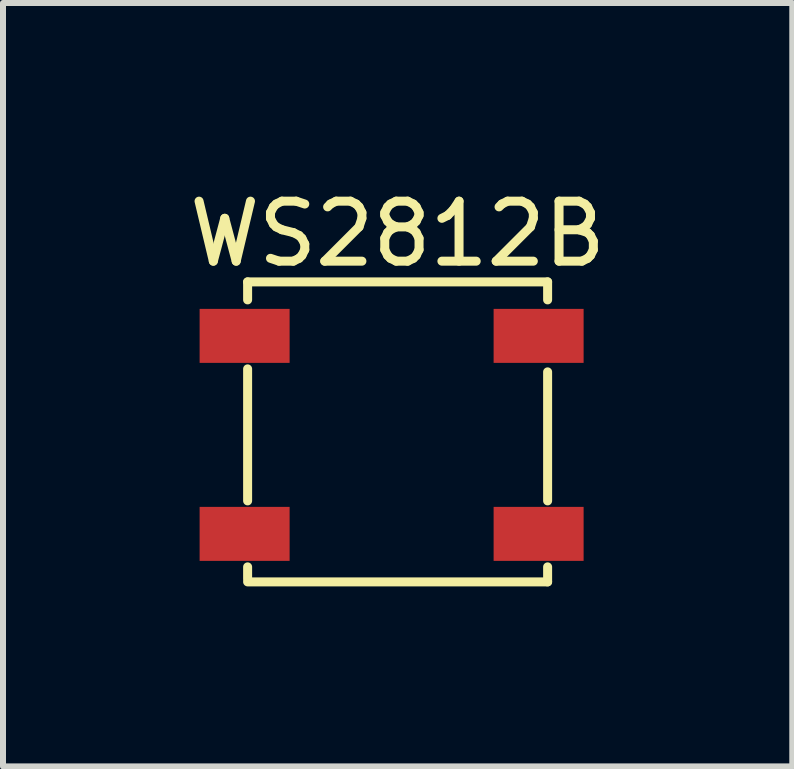
<source format=kicad_pcb>
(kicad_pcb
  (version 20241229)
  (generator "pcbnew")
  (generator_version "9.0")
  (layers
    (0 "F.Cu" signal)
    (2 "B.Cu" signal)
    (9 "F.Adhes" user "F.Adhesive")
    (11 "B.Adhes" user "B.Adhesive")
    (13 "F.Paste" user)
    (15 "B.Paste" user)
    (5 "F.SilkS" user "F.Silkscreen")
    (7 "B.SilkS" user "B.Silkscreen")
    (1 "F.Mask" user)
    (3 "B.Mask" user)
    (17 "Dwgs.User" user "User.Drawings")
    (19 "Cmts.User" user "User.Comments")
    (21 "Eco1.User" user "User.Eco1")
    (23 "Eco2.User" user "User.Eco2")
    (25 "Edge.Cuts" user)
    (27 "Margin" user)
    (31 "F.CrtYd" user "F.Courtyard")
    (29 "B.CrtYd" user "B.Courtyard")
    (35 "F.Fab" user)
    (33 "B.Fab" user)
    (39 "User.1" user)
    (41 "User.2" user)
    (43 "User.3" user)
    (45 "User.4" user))
  (footprint "WS2812B"
    (layer "F.Cu")
    (at 3.577 4.148)
    (property "Reference" "WS2812B" (at 0 -3.3 0) (layer "F.SilkS") (effects (font (size 1 1) (thickness 0.15))))
    (attr through_hole)
    (fp_line (start -2.5 -2.5) (end -2.5 -2.2) (stroke (width 0.15) (type solid)) (layer "F.SilkS"))
    (fp_line (start -2.5 -2.5) (end 2.5 -2.5) (stroke (width 0.15) (type solid)) (layer "F.SilkS"))
    (fp_line (start -2.5 -1.05) (end -2.5 1.15) (stroke (width 0.15) (type solid)) (layer "F.SilkS"))
    (fp_line (start -2.5 2.25) (end -2.5 2.45) (stroke (width 0.15) (type solid)) (layer "F.SilkS"))
    (fp_line (start 2.5 -2.5) (end 2.5 -2.2) (stroke (width 0.15) (type solid)) (layer "F.SilkS"))
    (fp_line (start 2.5 1.15) (end 2.5 -1) (stroke (width 0.15) (type solid)) (layer "F.SilkS"))
    (fp_line (start 2.5 2.5) (end -2.5 2.5) (stroke (width 0.15) (type solid)) (layer "F.SilkS"))
    (fp_line (start 2.5 2.5) (end 2.5 2.25) (stroke (width 0.15) (type solid)) (layer "F.SilkS"))
    (pad "1" smd rect (at -2.55 -1.6) (size 1.5 0.9) (layers "F.Cu" "F.Mask" "F.Paste"))
    (pad "2" smd rect (at -2.55 1.7) (size 1.5 0.9) (layers "F.Cu" "F.Mask" "F.Paste"))
    (pad "3" smd rect (at 2.35 1.7) (size 1.5 0.9) (layers "F.Cu" "F.Mask" "F.Paste"))
    (pad "4" smd rect (at 2.35 -1.6) (size 1.5 0.9) (layers "F.Cu" "F.Mask" "F.Paste")))
  (gr_rect
    (start -3 -3)
    (end 10.155 9.723)
    (stroke (width 0.1) (type default))
    (fill no)
    (layer "Edge.Cuts")))
</source>
